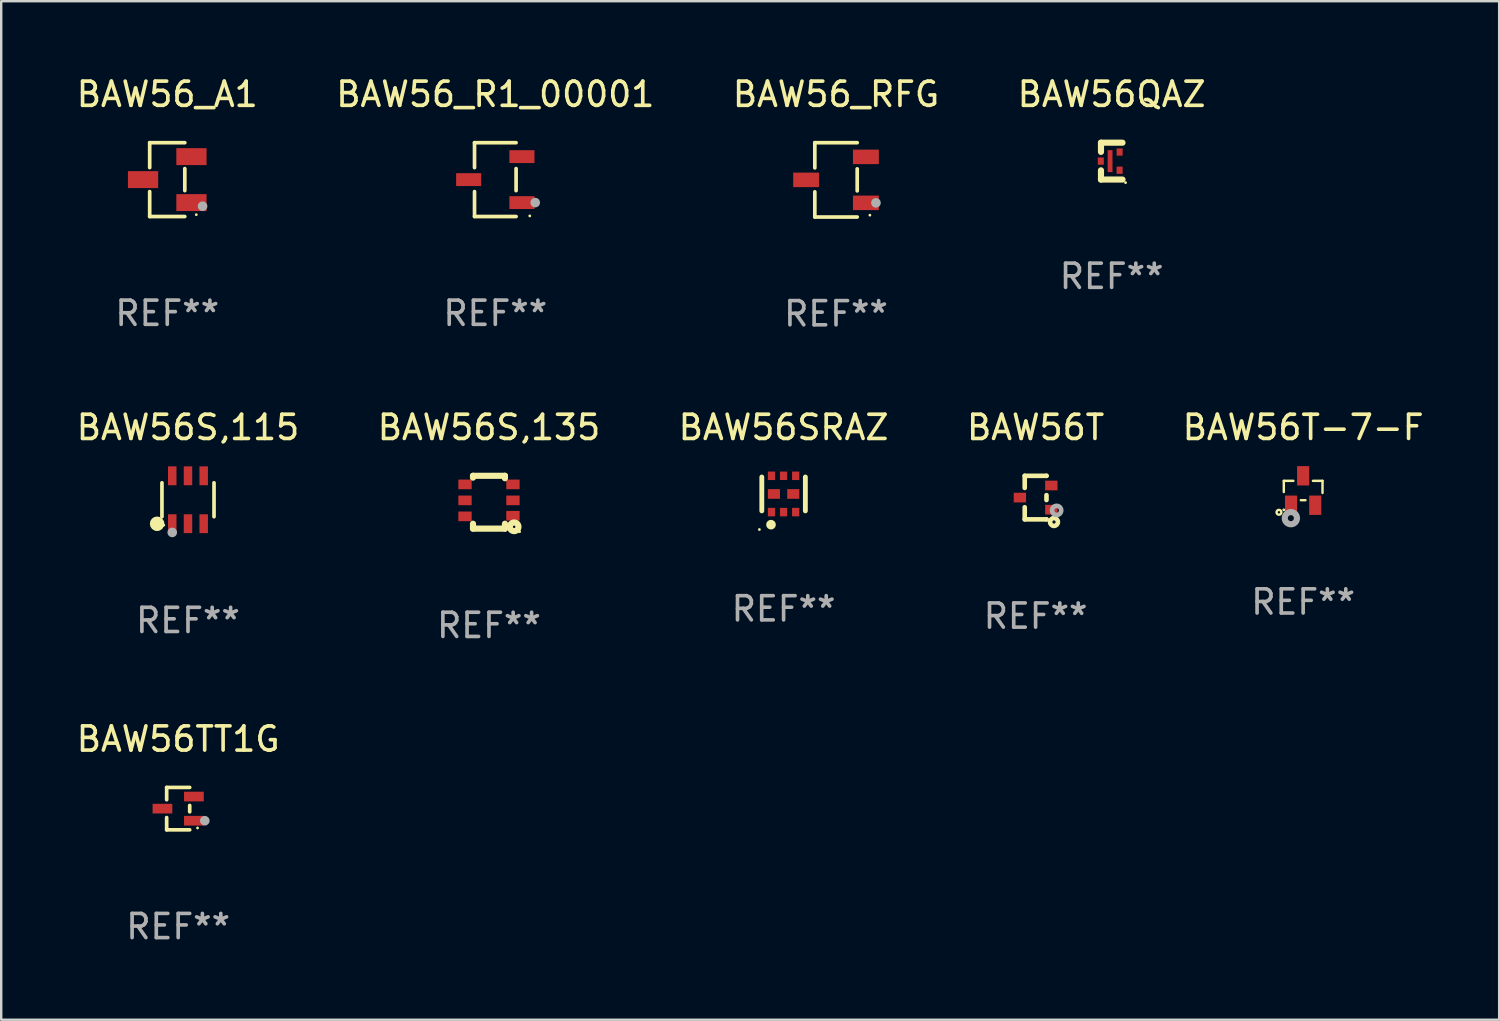
<source format=kicad_pcb>
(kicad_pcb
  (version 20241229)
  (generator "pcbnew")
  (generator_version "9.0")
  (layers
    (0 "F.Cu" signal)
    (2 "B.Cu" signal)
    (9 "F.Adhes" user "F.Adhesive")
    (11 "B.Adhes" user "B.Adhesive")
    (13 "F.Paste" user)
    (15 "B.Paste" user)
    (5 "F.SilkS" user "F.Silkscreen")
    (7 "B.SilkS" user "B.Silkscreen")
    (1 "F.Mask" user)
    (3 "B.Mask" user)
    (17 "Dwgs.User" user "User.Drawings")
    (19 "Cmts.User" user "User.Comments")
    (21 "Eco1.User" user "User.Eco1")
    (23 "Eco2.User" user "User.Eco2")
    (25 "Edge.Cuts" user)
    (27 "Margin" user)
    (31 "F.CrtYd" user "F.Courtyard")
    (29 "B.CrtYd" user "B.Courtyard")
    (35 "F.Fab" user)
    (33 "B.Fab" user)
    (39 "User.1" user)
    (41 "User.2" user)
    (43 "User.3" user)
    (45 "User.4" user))
  (footprint "BAW56_R1_00001"
    (layer "F.Cu")
    (at 17.423 4.374)
    (property "Reference" "BAW56_R1_00001" (at 0 -3.526 0) (layer "F.SilkS") (effects (font (size 1 1) (thickness 0.15))))
    (attr through_hole)
    (fp_line (start -0.859 -1.526) (end -0.859 -0.495) (stroke (width 0.152) (type solid)) (layer "F.SilkS"))
    (fp_line (start -0.859 1.526) (end -0.859 0.495) (stroke (width 0.152) (type solid)) (layer "F.SilkS"))
    (fp_line (start 0.859 -1.526) (end -0.859 -1.526) (stroke (width 0.152) (type solid)) (layer "F.SilkS"))
    (fp_line (start 0.859 -0.455) (end 0.859 0.455) (stroke (width 0.152) (type solid)) (layer "F.SilkS"))
    (fp_line (start 0.859 1.526) (end -0.859 1.526) (stroke (width 0.152) (type solid)) (layer "F.SilkS"))
    (fp_circle (center 1.425 1.5) (end 1.455 1.5) (stroke (width 0.06) (type solid)) (fill no) (layer "F.SilkS"))
    (fp_circle (center 1.65 0.95) (end 1.75 0.95) (stroke (width 0.2) (type solid)) (fill no) (layer "F.Fab"))
    (fp_text user "REF**" (at 0 5.526 0) (layer "F.Fab") (effects (font (size 1 1) (thickness 0.15))))
    (pad "1" smd rect (at 1.101 0.95) (size 1.037 0.532) (layers "F.Cu" "F.Mask" "F.Paste"))
    (pad "2" smd rect (at 1.101 -0.95) (size 1.037 0.532) (layers "F.Cu" "F.Mask" "F.Paste"))
    (pad "3" smd rect (at -1.101 0) (size 1.037 0.532) (layers "F.Cu" "F.Mask" "F.Paste")))
  (footprint "BAW56_RFG"
    (layer "F.Cu")
    (at 31.506 4.384)
    (property "Reference" "BAW56_RFG" (at 0 -3.536 0) (layer "F.SilkS") (effects (font (size 1 1) (thickness 0.15))))
    (attr through_hole)
    (fp_line (start -0.876 -1.536) (end -0.876 -0.495) (stroke (width 0.152) (type solid)) (layer "F.SilkS"))
    (fp_line (start -0.876 1.536) (end -0.876 0.495) (stroke (width 0.152) (type solid)) (layer "F.SilkS"))
    (fp_line (start 0.876 -1.536) (end -0.876 -1.536) (stroke (width 0.152) (type solid)) (layer "F.SilkS"))
    (fp_line (start 0.876 -0.455) (end 0.876 0.455) (stroke (width 0.152) (type solid)) (layer "F.SilkS"))
    (fp_line (start 0.876 1.536) (end -0.876 1.536) (stroke (width 0.152) (type solid)) (layer "F.SilkS"))
    (fp_circle (center 1.4 1.46) (end 1.43 1.46) (stroke (width 0.06) (type solid)) (fill no) (layer "F.SilkS"))
    (fp_circle (center 1.651 0.95) (end 1.751 0.95) (stroke (width 0.2) (type solid)) (fill no) (layer "F.Fab"))
    (fp_text user "REF**" (at 0 5.536 0) (layer "F.Fab") (effects (font (size 1 1) (thickness 0.15))))
    (pad "1" smd rect (at 1.235 0.95) (size 1.07 0.6) (layers "F.Cu" "F.Mask" "F.Paste"))
    (pad "2" smd rect (at 1.235 -0.95) (size 1.07 0.6) (layers "F.Cu" "F.Mask" "F.Paste"))
    (pad "3" smd rect (at -1.235 0) (size 1.07 0.6) (layers "F.Cu" "F.Mask" "F.Paste")))
  (footprint "BAW56S,135"
    (layer "F.Cu")
    (at 17.161 17.709)
    (property "Reference" "BAW56S,135" (at 0 -3.092 0) (layer "F.SilkS") (effects (font (size 1 1) (thickness 0.15))))
    (attr through_hole)
    (fp_line (start -0.66 -1.092) (end -0.66 -1.016) (stroke (width 0.254) (type solid)) (layer "F.SilkS"))
    (fp_line (start -0.66 1.092) (end -0.66 0.889) (stroke (width 0.254) (type solid)) (layer "F.SilkS"))
    (fp_line (start 0.66 -1.092) (end -0.66 -1.092) (stroke (width 0.254) (type solid)) (layer "F.SilkS"))
    (fp_line (start 0.66 -0.991) (end 0.66 -1.092) (stroke (width 0.254) (type solid)) (layer "F.SilkS"))
    (fp_line (start 0.66 0.889) (end 0.66 1.092) (stroke (width 0.254) (type solid)) (layer "F.SilkS"))
    (fp_line (start 0.66 1.092) (end -0.66 1.092) (stroke (width 0.254) (type solid)) (layer "F.SilkS"))
    (fp_circle (center 1.041 1.016) (end 1.092 1.016) (stroke (width 0.254) (type solid)) (fill no) (layer "F.SilkS"))
    (fp_circle (center 1.266 1.219) (end 1.296 1.219) (stroke (width 0.06) (type solid)) (fill no) (layer "F.SilkS"))
    (fp_text user "REF**" (at 0 5.092 0) (layer "F.Fab") (effects (font (size 1 1) (thickness 0.15))))
    (pad "1" smd rect (at 0.991 0.559 270) (size 0.399 0.551) (layers "F.Cu" "F.Mask" "F.Paste"))
    (pad "2" smd rect (at 0.991 -0.076 270) (size 0.399 0.551) (layers "F.Cu" "F.Mask" "F.Paste"))
    (pad "3" smd rect (at 0.991 -0.737 270) (size 0.399 0.551) (layers "F.Cu" "F.Mask" "F.Paste"))
    (pad "4" smd rect (at -0.991 -0.737 270) (size 0.399 0.551) (layers "F.Cu" "F.Mask" "F.Paste"))
    (pad "5" smd rect (at -0.991 -0.076 270) (size 0.399 0.551) (layers "F.Cu" "F.Mask" "F.Paste"))
    (pad "6" smd rect (at -0.991 0.584 270) (size 0.399 0.551) (layers "F.Cu" "F.Mask" "F.Paste")))
  (footprint "BAW56S,115"
    (layer "F.Cu")
    (at 4.72 17.607)
    (property "Reference" "BAW56S,115" (at 0 -2.99 0) (layer "F.SilkS") (effects (font (size 1 1) (thickness 0.15))))
    (attr through_hole)
    (fp_line (start -1.076 0.701) (end -1.076 -0.701) (stroke (width 0.152) (type solid)) (layer "F.SilkS"))
    (fp_line (start 1.076 0.701) (end 1.076 -0.701) (stroke (width 0.152) (type solid)) (layer "F.SilkS"))
    (fp_circle (center -1.277 0.992) (end -1.127 0.992) (stroke (width 0.3) (type solid)) (fill no) (layer "F.SilkS"))
    (fp_circle (center -1 1.05) (end -0.97 1.05) (stroke (width 0.06) (type solid)) (fill no) (layer "F.SilkS"))
    (fp_circle (center -0.65 1.35) (end -0.55 1.35) (stroke (width 0.2) (type solid)) (fill no) (layer "F.Fab"))
    (fp_text user "REF**" (at 0 4.99 0) (layer "F.Fab") (effects (font (size 1 1) (thickness 0.15))))
    (pad "1" smd rect (at -0.65 0.99) (size 0.35 0.78) (layers "F.Cu" "F.Mask" "F.Paste"))
    (pad "2" smd rect (at 0 0.99) (size 0.35 0.78) (layers "F.Cu" "F.Mask" "F.Paste"))
    (pad "3" smd rect (at 0.65 0.99) (size 0.35 0.78) (layers "F.Cu" "F.Mask" "F.Paste"))
    (pad "4" smd rect (at 0.65 -0.99) (size 0.35 0.78) (layers "F.Cu" "F.Mask" "F.Paste"))
    (pad "5" smd rect (at 0 -0.99) (size 0.35 0.78) (layers "F.Cu" "F.Mask" "F.Paste"))
    (pad "6" smd rect (at -0.65 -0.99) (size 0.35 0.78) (layers "F.Cu" "F.Mask" "F.Paste")))
  (footprint "BAW56_A1"
    (layer "F.Cu")
    (at 3.863 4.374)
    (property "Reference" "BAW56_A1" (at 0 -3.526 0) (layer "F.SilkS") (effects (font (size 1 1) (thickness 0.15))))
    (attr through_hole)
    (fp_line (start -0.726 -1.526) (end -0.726 -0.495) (stroke (width 0.152) (type solid)) (layer "F.SilkS"))
    (fp_line (start -0.726 1.526) (end -0.726 0.495) (stroke (width 0.152) (type solid)) (layer "F.SilkS"))
    (fp_line (start 0.726 -1.526) (end -0.726 -1.526) (stroke (width 0.152) (type solid)) (layer "F.SilkS"))
    (fp_line (start 0.726 -0.455) (end 0.726 0.455) (stroke (width 0.152) (type solid)) (layer "F.SilkS"))
    (fp_line (start 0.726 1.526) (end -0.726 1.526) (stroke (width 0.152) (type solid)) (layer "F.SilkS"))
    (fp_circle (center 1.2 1.45) (end 1.23 1.45) (stroke (width 0.06) (type solid)) (fill no) (layer "F.SilkS"))
    (fp_circle (center 1.46 1.1) (end 1.56 1.1) (stroke (width 0.2) (type solid)) (fill no) (layer "F.Fab"))
    (fp_text user "REF**" (at 0 5.526 0) (layer "F.Fab") (effects (font (size 1 1) (thickness 0.15))))
    (pad "1" smd rect (at 1 0.95) (size 1.25 0.7) (layers "F.Cu" "F.Mask" "F.Paste"))
    (pad "2" smd rect (at 1 -0.95) (size 1.25 0.7) (layers "F.Cu" "F.Mask" "F.Paste"))
    (pad "3" smd rect (at -1 0) (size 1.25 0.7) (layers "F.Cu" "F.Mask" "F.Paste")))
  (footprint "BAW56T"
    (layer "F.Cu")
    (at 39.756 17.517)
    (property "Reference" "BAW56T" (at 0 -2.9 0) (layer "F.SilkS") (effects (font (size 1 1) (thickness 0.15))))
    (attr through_hole)
    (fp_line (start -0.45 -0.9) (end 0.45 -0.9) (stroke (width 0.19) (type solid)) (layer "F.SilkS"))
    (fp_line (start -0.45 -0.399) (end -0.45 -0.9) (stroke (width 0.19) (type solid)) (layer "F.SilkS"))
    (fp_line (start -0.45 0.9) (end -0.45 0.399) (stroke (width 0.19) (type solid)) (layer "F.SilkS"))
    (fp_line (start -0.45 0.9) (end 0.45 0.9) (stroke (width 0.19) (type solid)) (layer "F.SilkS"))
    (fp_line (start 0.45 -0.899) (end 0.45 -0.9) (stroke (width 0.19) (type solid)) (layer "F.SilkS"))
    (fp_line (start 0.45 0.101) (end 0.45 -0.101) (stroke (width 0.19) (type solid)) (layer "F.SilkS"))
    (fp_line (start 0.45 0.9) (end 0.45 0.899) (stroke (width 0.19) (type solid)) (layer "F.SilkS"))
    (fp_circle (center 0.76 1.01) (end 0.827 1.01) (stroke (width 0.19) (type solid)) (fill no) (layer "F.SilkS"))
    (fp_circle (center 0.8 0.8) (end 0.81 0.8) (stroke (width 0.02) (type solid)) (fill no) (layer "F.SilkS"))
    (fp_circle (center 0.87 0.53) (end 0.964 0.53) (stroke (width 0.19) (type solid)) (fill no) (layer "F.Fab"))
    (fp_text user "REF**" (at 0 4.9 0) (layer "F.Fab") (effects (font (size 1 1) (thickness 0.15))))
    (pad "1" smd rect (at 0.65 0.5 90) (size 0.4 0.51) (layers "F.Cu" "F.Mask" "F.Paste"))
    (pad "2" smd rect (at 0.65 -0.5 90) (size 0.4 0.51) (layers "F.Cu" "F.Mask" "F.Paste"))
    (pad "3" smd rect (at -0.65 0.000127 90) (size 0.4 0.51) (layers "F.Cu" "F.Mask" "F.Paste")))
  (footprint "BAW56T-7-F"
    (layer "F.Cu")
    (at 50.815 17.225)
    (property "Reference" "BAW56T-7-F" (at 0 -2.608 0) (layer "F.SilkS") (effects (font (size 1 1) (thickness 0.15))))
    (attr through_hole)
    (fp_line (start -0.8 -0.4) (end -0.404 -0.4) (stroke (width 0.1) (type solid)) (layer "F.SilkS"))
    (fp_line (start -0.8 0.062) (end -0.8 -0.4) (stroke (width 0.1) (type solid)) (layer "F.SilkS"))
    (fp_line (start 0.096 0.4) (end -0.096 0.4) (stroke (width 0.1) (type solid)) (layer "F.SilkS"))
    (fp_line (start 0.404 -0.4) (end 0.8 -0.4) (stroke (width 0.1) (type solid)) (layer "F.SilkS"))
    (fp_line (start 0.8 -0.4) (end 0.8 0.1) (stroke (width 0.1) (type solid)) (layer "F.SilkS"))
    (fp_circle (center -1 0.9) (end -0.9 0.9) (stroke (width 0.1) (type solid)) (fill no) (layer "F.SilkS"))
    (fp_circle (center -0.8 0.8) (end -0.77 0.8) (stroke (width 0.06) (type solid)) (fill no) (layer "F.SilkS"))
    (fp_circle (center -0.508 1.143) (end -0.383 1.143) (stroke (width 0.254) (type solid)) (fill no) (layer "F.Fab"))
    (fp_text user "REF**" (at 0 4.608 0) (layer "F.Fab") (effects (font (size 1 1) (thickness 0.15))))
    (pad "1" smd rect (at -0.5 0.608) (size 0.5 0.8) (layers "F.Cu" "F.Mask" "F.Paste"))
    (pad "2" smd rect (at 0.5 0.608) (size 0.5 0.8) (layers "F.Cu" "F.Mask" "F.Paste"))
    (pad "3" smd rect (at -0.000127 -0.608) (size 0.5 0.8) (layers "F.Cu" "F.Mask" "F.Paste")))
  (footprint "BAW56TT1G"
    (layer "F.Cu")
    (at 4.315 30.374)
    (property "Reference" "BAW56TT1G" (at 0 -2.876 0) (layer "F.SilkS") (effects (font (size 1 1) (thickness 0.15))))
    (attr through_hole)
    (fp_line (start -0.476 -0.876) (end -0.476 -0.369) (stroke (width 0.152) (type solid)) (layer "F.SilkS"))
    (fp_line (start -0.476 0.876) (end -0.476 0.369) (stroke (width 0.152) (type solid)) (layer "F.SilkS"))
    (fp_line (start 0.476 -0.876) (end -0.476 -0.876) (stroke (width 0.152) (type solid)) (layer "F.SilkS"))
    (fp_line (start 0.476 -0.131) (end 0.476 0.131) (stroke (width 0.152) (type solid)) (layer "F.SilkS"))
    (fp_line (start 0.476 0.876) (end -0.476 0.876) (stroke (width 0.152) (type solid)) (layer "F.SilkS"))
    (fp_circle (center 0.8 0.8) (end 0.83 0.8) (stroke (width 0.06) (type solid)) (fill no) (layer "F.SilkS"))
    (fp_circle (center 1.1 0.5) (end 1.2 0.5) (stroke (width 0.2) (type solid)) (fill no) (layer "F.Fab"))
    (fp_text user "REF**" (at 0 4.876 0) (layer "F.Fab") (effects (font (size 1 1) (thickness 0.15))))
    (pad "1" smd rect (at 0.65 0.5) (size 0.816 0.4) (layers "F.Cu" "F.Mask" "F.Paste"))
    (pad "2" smd rect (at 0.65 -0.5) (size 0.816 0.4) (layers "F.Cu" "F.Mask" "F.Paste"))
    (pad "3" smd rect (at -0.65 0) (size 0.816 0.4) (layers "F.Cu" "F.Mask" "F.Paste")))
  (footprint "BAW56QAZ"
    (layer "F.Cu")
    (at 42.899 3.61)
    (property "Reference" "BAW56QAZ" (at 0 -2.762 0) (layer "F.SilkS") (effects (font (size 1 1) (thickness 0.15))))
    (attr through_hole)
    (fp_line (start -0.441 -0.762) (end 0.448 -0.762) (stroke (width 0.254) (type solid)) (layer "F.SilkS"))
    (fp_line (start -0.441 -0.635) (end -0.441 -0.762) (stroke (width 0.254) (type solid)) (layer "F.SilkS"))
    (fp_line (start -0.441 -0.381) (end -0.441 -0.635) (stroke (width 0.254) (type solid)) (layer "F.SilkS"))
    (fp_line (start -0.441 0.381) (end -0.441 0.762) (stroke (width 0.254) (type solid)) (layer "F.SilkS"))
    (fp_line (start -0.441 0.762) (end 0.448 0.762) (stroke (width 0.254) (type solid)) (layer "F.SilkS"))
    (fp_circle (center 0.575 0.889) (end 0.605 0.889) (stroke (width 0.06) (type solid)) (fill no) (layer "F.SilkS"))
    (fp_text user "REF**" (at 0 4.762 0) (layer "F.Fab") (effects (font (size 1 1) (thickness 0.15))))
    (pad "1" smd rect (at 0.329 0.375 270) (size 0.3 0.25) (layers "F.Cu" "F.Mask" "F.Paste"))
    (pad "2" smd rect (at 0.329 -0.375 270) (size 0.3 0.25) (layers "F.Cu" "F.Mask" "F.Paste"))
    (pad "3" smd rect (at -0.448 0 270) (size 0.3 0.25) (layers "F.Cu" "F.Mask" "F.Paste"))
    (pad "4" smd rect (at -0.065 0 270) (size 0.91 0.2) (layers "F.Cu" "F.Mask" "F.Paste")))
  (footprint "BAW56SRAZ"
    (layer "F.Cu")
    (at 29.339 17.367)
    (property "Reference" "BAW56SRAZ" (at 0 -2.75 0) (layer "F.SilkS") (effects (font (size 1 1) (thickness 0.15))))
    (attr through_hole)
    (fp_line (start -0.9 0.7) (end -0.9 -0.7) (stroke (width 0.2) (type solid)) (layer "F.SilkS"))
    (fp_line (start 0.9 0.7) (end 0.9 -0.7) (stroke (width 0.2) (type solid)) (layer "F.SilkS"))
    (fp_circle (center -1 1.47) (end -0.97 1.47) (stroke (width 0.06) (type solid)) (fill no) (layer "F.SilkS"))
    (fp_circle (center -0.52 1.27) (end -0.42 1.27) (stroke (width 0.2) (type solid)) (fill no) (layer "F.SilkS"))
    (fp_text user "REF**" (at 0 4.75 0) (layer "F.Fab") (effects (font (size 1 1) (thickness 0.15))))
    (pad "1" smd rect (at -0.5 0.75 90) (size 0.35 0.3) (layers "F.Cu" "F.Mask" "F.Paste"))
    (pad "2" smd rect (at 0 0.75 90) (size 0.35 0.3) (layers "F.Cu" "F.Mask" "F.Paste"))
    (pad "3" smd rect (at 0.5 0.75 90) (size 0.35 0.3) (layers "F.Cu" "F.Mask" "F.Paste"))
    (pad "4" smd rect (at 0.5 -0.75 90) (size 0.35 0.3) (layers "F.Cu" "F.Mask" "F.Paste"))
    (pad "5" smd rect (at 0 -0.75 90) (size 0.35 0.3) (layers "F.Cu" "F.Mask" "F.Paste"))
    (pad "6" smd rect (at -0.5 -0.75 90) (size 0.35 0.3) (layers "F.Cu" "F.Mask" "F.Paste"))
    (pad "7" smd rect (at -0.4 0 90) (size 0.4 0.5) (layers "F.Cu" "F.Mask" "F.Paste"))
    (pad "8" smd rect (at 0.4 0 90) (size 0.4 0.5) (layers "F.Cu" "F.Mask" "F.Paste")))
  (gr_rect
    (start -3 -3)
    (end 58.917 39.099)
    (stroke (width 0.1) (type default))
    (fill no)
    (layer "Edge.Cuts")))
</source>
